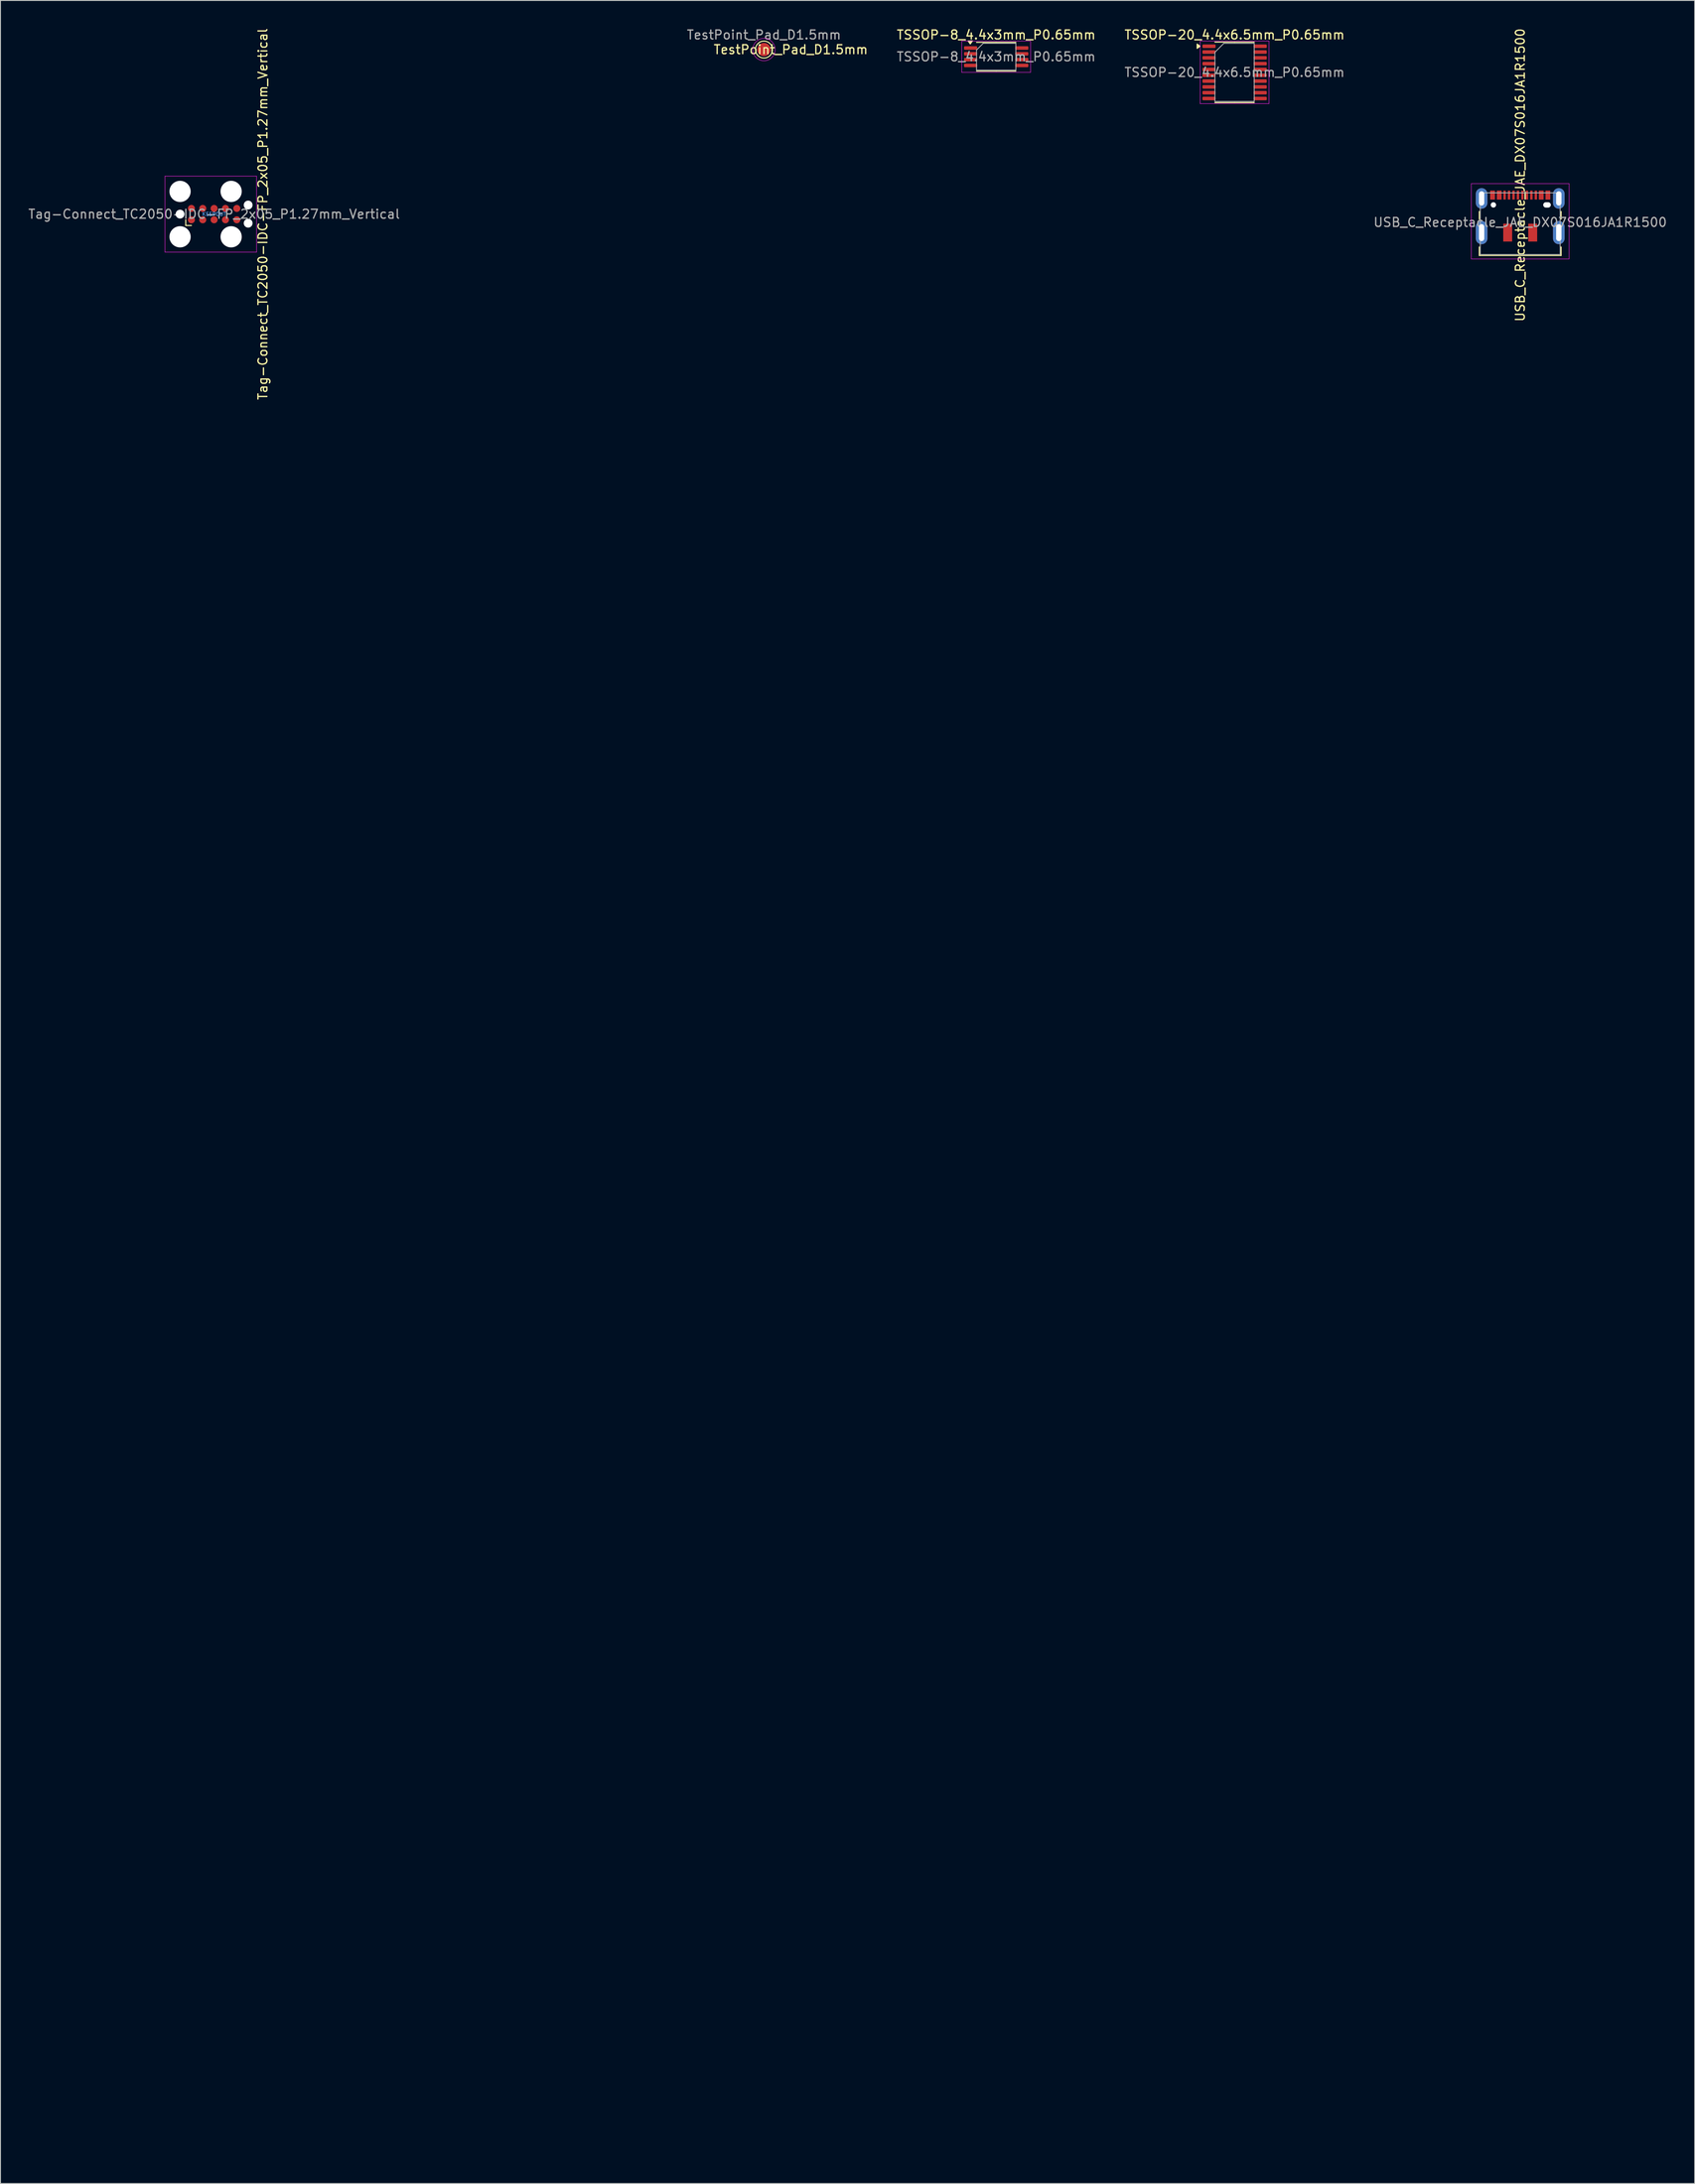
<source format=kicad_pcb>
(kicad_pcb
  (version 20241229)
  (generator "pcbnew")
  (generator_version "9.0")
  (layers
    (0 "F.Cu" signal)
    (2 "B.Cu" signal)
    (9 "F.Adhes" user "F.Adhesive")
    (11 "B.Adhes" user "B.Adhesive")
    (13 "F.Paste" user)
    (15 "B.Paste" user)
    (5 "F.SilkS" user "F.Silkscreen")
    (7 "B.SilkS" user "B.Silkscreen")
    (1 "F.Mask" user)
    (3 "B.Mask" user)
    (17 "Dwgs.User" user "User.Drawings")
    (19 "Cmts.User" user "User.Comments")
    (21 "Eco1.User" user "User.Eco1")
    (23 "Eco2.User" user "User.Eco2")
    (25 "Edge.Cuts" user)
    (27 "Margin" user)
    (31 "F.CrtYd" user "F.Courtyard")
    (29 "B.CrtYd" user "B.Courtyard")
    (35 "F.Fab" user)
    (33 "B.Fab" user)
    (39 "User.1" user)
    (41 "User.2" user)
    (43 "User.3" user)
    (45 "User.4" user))
  (footprint "TestPoint_Pad_D1.5mm"
    (layer "F.Cu")
    (at 82.445 2.498)
    (property "Reference" "TestPoint_Pad_D1.5mm" (at 3 0 0) (layer "F.SilkS") (effects (font (size 1 1) (thickness 0.15))))
    (attr exclude_from_pos_files exclude_from_bom)
    (fp_circle (center 0 0) (end 0 0.95) (stroke (width 0.12) (type solid)) (fill no) (layer "F.SilkS"))
    (fp_circle (center 0 0) (end 1.25 0) (stroke (width 0.05) (type solid)) (fill no) (layer "F.CrtYd"))
    (fp_text user "${REFERENCE}" (at 0 -1.65 0) (layer "F.Fab") (effects (font (size 1 1) (thickness 0.15))))
    (pad "1" smd circle (at 0 0) (size 1.5 1.5) (layers "F.Cu" "F.Mask")))
  (footprint "USB_C_Receptacle_JAE_DX07S016JA1R1500"
    (layer "F.Cu")
    (at 167.076 21.83)
    (property "Reference" "USB_C_Receptacle_JAE_DX07S016JA1R1500" (at 0 -5.3 90) (layer "F.SilkS") (effects (font (size 1 1) (thickness 0.15))))
    (attr smd)
    (fp_line (start -4.58 -1.215) (end -4.58 -0.36) (stroke (width 0.12) (type solid)) (layer "F.SilkS"))
    (fp_line (start -4.58 2.76) (end -4.58 3.71) (stroke (width 0.12) (type solid)) (layer "F.SilkS"))
    (fp_line (start -4.58 3.71) (end 4.58 3.71) (stroke (width 0.12) (type solid)) (layer "F.SilkS"))
    (fp_line (start 4.58 -1.215) (end 4.58 -0.36) (stroke (width 0.12) (type solid)) (layer "F.SilkS"))
    (fp_line (start 4.58 2.76) (end 4.58 3.71) (stroke (width 0.12) (type solid)) (layer "F.SilkS"))
    (fp_line (start -5.47 -4.33) (end -5.47 4.1) (stroke (width 0.05) (type solid)) (layer "F.CrtYd"))
    (fp_line (start -5.47 -4.33) (end 5.47 -4.33) (stroke (width 0.05) (type solid)) (layer "F.CrtYd"))
    (fp_line (start -5.47 4.1) (end 5.47 4.1) (stroke (width 0.05) (type solid)) (layer "F.CrtYd"))
    (fp_line (start 5.47 -4.33) (end 5.47 4.1) (stroke (width 0.05) (type solid)) (layer "F.CrtYd"))
    (fp_line (start -4.47 -3.3) (end -4.47 3.6) (stroke (width 0.1) (type solid)) (layer "F.Fab"))
    (fp_line (start -4.47 -3.3) (end 4.47 -3.3) (stroke (width 0.1) (type solid)) (layer "F.Fab"))
    (fp_line (start -4.47 3.6) (end 4.47 3.6) (stroke (width 0.1) (type solid)) (layer "F.Fab"))
    (fp_line (start 4.47 -3.3) (end 4.47 3.6) (stroke (width 0.1) (type solid)) (layer "F.Fab"))
    (fp_text user "${REFERENCE}" (at 0 0 180) (layer "F.Fab") (effects (font (size 1 1) (thickness 0.15))))
    (pad "" np_thru_hole circle (at -3 -1.95) (size 0.6 0.6) (drill 0.6) (layers "*.Cu" "*.Mask"))
    (pad "" smd rect (at -1.4 1.15) (size 1 2) (layers "F.Cu" "F.Mask" "F.Paste"))
    (pad "" smd rect (at 1.4 1.15) (size 1 2) (layers "F.Cu" "F.Mask" "F.Paste"))
    (pad "" np_thru_hole oval (at 3 -1.95) (size 0.85 0.6) (drill oval 0.85 0.6) (layers "*.Cu" "*.Mask"))
    (pad "A1" smd rect (at -3.1 -3.05) (size 0.52 1) (layers "F.Cu" "F.Mask" "F.Paste"))
    (pad "A4" smd rect (at -2.35 -3.05) (size 0.52 1) (layers "F.Cu" "F.Mask" "F.Paste"))
    (pad "A5" smd rect (at -1.75 -3.05) (size 0.27 1) (layers "F.Cu" "F.Mask" "F.Paste"))
    (pad "A6" smd rect (at -0.25 -3.05) (size 0.27 1) (layers "F.Cu" "F.Mask" "F.Paste"))
    (pad "A7" smd rect (at 0.75 -3.05) (size 0.27 1) (layers "F.Cu" "F.Mask" "F.Paste"))
    (pad "A8" smd rect (at 1.75 -3.05) (size 0.27 1) (layers "F.Cu" "F.Mask" "F.Paste"))
    (pad "A9" smd rect (at 2.35 -3.05) (size 0.52 1) (layers "F.Cu" "F.Mask" "F.Paste"))
    (pad "A12" smd rect (at 3.1 -3.05) (size 0.52 1) (layers "F.Cu" "F.Mask" "F.Paste"))
    (pad "B1" smd rect (at 3.1 -3.05) (size 0.52 1) (layers "F.Cu" "F.Mask" "F.Paste"))
    (pad "B4" smd rect (at 2.35 -3.05) (size 0.52 1) (layers "F.Cu" "F.Mask" "F.Paste"))
    (pad "B5" smd rect (at 1.25 -3.05) (size 0.27 1) (layers "F.Cu" "F.Mask" "F.Paste"))
    (pad "B6" smd rect (at 0.25 -3.05) (size 0.27 1) (layers "F.Cu" "F.Mask" "F.Paste"))
    (pad "B7" smd rect (at -0.75 -3.05) (size 0.27 1) (layers "F.Cu" "F.Mask" "F.Paste"))
    (pad "B8" smd rect (at -1.25 -3.05) (size 0.27 1) (layers "F.Cu" "F.Mask" "F.Paste"))
    (pad "B9" smd rect (at -2.35 -3.05) (size 0.52 1) (layers "F.Cu" "F.Mask" "F.Paste"))
    (pad "B12" smd rect (at -3.1 -3.05) (size 0.52 1) (layers "F.Cu" "F.Mask" "F.Paste"))
    (pad "S1" thru_hole oval (at -4.32 -2.675) (size 1.3 2.3) (drill oval 0.6 1.6) (layers "*.Cu" "*.Mask"))
    (pad "S1" thru_hole oval (at -4.32 1.15) (size 1.3 2.6) (drill oval 0.6 1.9) (layers "*.Cu" "*.Mask"))
    (pad "S1" thru_hole oval (at 4.32 -2.675) (size 1.3 2.3) (drill oval 0.6 1.6) (layers "*.Cu" "*.Mask"))
    (pad "S1" thru_hole oval (at 4.32 1.15) (size 1.3 2.6) (drill oval 0.6 1.9) (layers "*.Cu" "*.Mask")))
  (footprint "TSSOP-20_4.4x6.5mm_P0.65mm"
    (layer "F.Cu")
    (at 135.111 5.048)
    (property "Reference" "TSSOP-20_4.4x6.5mm_P0.65mm" (at 0 -4.2 0) (layer "F.SilkS") (effects (font (size 1 1) (thickness 0.15))))
    (attr smd)
    (fp_line (start 0 -3.385) (end -2.2 -3.385) (stroke (width 0.12) (type solid)) (layer "F.SilkS"))
    (fp_line (start 0 -3.385) (end 2.2 -3.385) (stroke (width 0.12) (type solid)) (layer "F.SilkS"))
    (fp_line (start 0 3.385) (end -2.2 3.385) (stroke (width 0.12) (type solid)) (layer "F.SilkS"))
    (fp_line (start 0 3.385) (end 2.2 3.385) (stroke (width 0.12) (type solid)) (layer "F.SilkS"))
    (fp_poly (pts (xy -3.86 -2.925) (xy -4.19 -3.165) (xy -4.19 -2.685) (xy -3.86 -2.925)) (stroke (width 0.12) (type solid)) (fill yes) (layer "F.SilkS"))
    (fp_line (start -3.85 -3.5) (end -3.85 3.5) (stroke (width 0.05) (type solid)) (layer "F.CrtYd"))
    (fp_line (start -3.85 3.5) (end 3.85 3.5) (stroke (width 0.05) (type solid)) (layer "F.CrtYd"))
    (fp_line (start 3.85 -3.5) (end -3.85 -3.5) (stroke (width 0.05) (type solid)) (layer "F.CrtYd"))
    (fp_line (start 3.85 3.5) (end 3.85 -3.5) (stroke (width 0.05) (type solid)) (layer "F.CrtYd"))
    (fp_line (start -2.2 -2.25) (end -1.2 -3.25) (stroke (width 0.1) (type solid)) (layer "F.Fab"))
    (fp_line (start -2.2 3.25) (end -2.2 -2.25) (stroke (width 0.1) (type solid)) (layer "F.Fab"))
    (fp_line (start -1.2 -3.25) (end 2.2 -3.25) (stroke (width 0.1) (type solid)) (layer "F.Fab"))
    (fp_line (start 2.2 -3.25) (end 2.2 3.25) (stroke (width 0.1) (type solid)) (layer "F.Fab"))
    (fp_line (start 2.2 3.25) (end -2.2 3.25) (stroke (width 0.1) (type solid)) (layer "F.Fab"))
    (fp_text user "${REFERENCE}" (at 0 0 0) (layer "F.Fab") (effects (font (size 1 1) (thickness 0.15))))
    (pad "1" smd roundrect (at -2.862 -2.925) (size 1.475 0.4) (layers "F.Cu" "F.Mask" "F.Paste") (roundrect_rratio 0.25))
    (pad "2" smd roundrect (at -2.862 -2.275) (size 1.475 0.4) (layers "F.Cu" "F.Mask" "F.Paste") (roundrect_rratio 0.25))
    (pad "3" smd roundrect (at -2.862 -1.625) (size 1.475 0.4) (layers "F.Cu" "F.Mask" "F.Paste") (roundrect_rratio 0.25))
    (pad "4" smd roundrect (at -2.862 -0.975) (size 1.475 0.4) (layers "F.Cu" "F.Mask" "F.Paste") (roundrect_rratio 0.25))
    (pad "5" smd roundrect (at -2.862 -0.325) (size 1.475 0.4) (layers "F.Cu" "F.Mask" "F.Paste") (roundrect_rratio 0.25))
    (pad "6" smd roundrect (at -2.862 0.325) (size 1.475 0.4) (layers "F.Cu" "F.Mask" "F.Paste") (roundrect_rratio 0.25))
    (pad "7" smd roundrect (at -2.862 0.975) (size 1.475 0.4) (layers "F.Cu" "F.Mask" "F.Paste") (roundrect_rratio 0.25))
    (pad "8" smd roundrect (at -2.862 1.625) (size 1.475 0.4) (layers "F.Cu" "F.Mask" "F.Paste") (roundrect_rratio 0.25))
    (pad "9" smd roundrect (at -2.862 2.275) (size 1.475 0.4) (layers "F.Cu" "F.Mask" "F.Paste") (roundrect_rratio 0.25))
    (pad "10" smd roundrect (at -2.862 2.925) (size 1.475 0.4) (layers "F.Cu" "F.Mask" "F.Paste") (roundrect_rratio 0.25))
    (pad "11" smd roundrect (at 2.862 2.925) (size 1.475 0.4) (layers "F.Cu" "F.Mask" "F.Paste") (roundrect_rratio 0.25))
    (pad "12" smd roundrect (at 2.862 2.275) (size 1.475 0.4) (layers "F.Cu" "F.Mask" "F.Paste") (roundrect_rratio 0.25))
    (pad "13" smd roundrect (at 2.862 1.625) (size 1.475 0.4) (layers "F.Cu" "F.Mask" "F.Paste") (roundrect_rratio 0.25))
    (pad "14" smd roundrect (at 2.862 0.975) (size 1.475 0.4) (layers "F.Cu" "F.Mask" "F.Paste") (roundrect_rratio 0.25))
    (pad "15" smd roundrect (at 2.862 0.325) (size 1.475 0.4) (layers "F.Cu" "F.Mask" "F.Paste") (roundrect_rratio 0.25))
    (pad "16" smd roundrect (at 2.862 -0.325) (size 1.475 0.4) (layers "F.Cu" "F.Mask" "F.Paste") (roundrect_rratio 0.25))
    (pad "17" smd roundrect (at 2.862 -0.975) (size 1.475 0.4) (layers "F.Cu" "F.Mask" "F.Paste") (roundrect_rratio 0.25))
    (pad "18" smd roundrect (at 2.862 -1.625) (size 1.475 0.4) (layers "F.Cu" "F.Mask" "F.Paste") (roundrect_rratio 0.25))
    (pad "19" smd roundrect (at 2.862 -2.275) (size 1.475 0.4) (layers "F.Cu" "F.Mask" "F.Paste") (roundrect_rratio 0.25))
    (pad "20" smd roundrect (at 2.862 -2.925) (size 1.475 0.4) (layers "F.Cu" "F.Mask" "F.Paste") (roundrect_rratio 0.25)))
  (footprint "TSSOP-8_4.4x3mm_P0.65mm"
    (layer "F.Cu")
    (at 108.433 3.298)
    (property "Reference" "TSSOP-8_4.4x3mm_P0.65mm" (at 0 -2.45 0) (layer "F.SilkS") (effects (font (size 1 1) (thickness 0.15))))
    (attr smd)
    (fp_line (start 0 -1.61) (end -2.2 -1.61) (stroke (width 0.12) (type solid)) (layer "F.SilkS"))
    (fp_line (start 0 -1.61) (end 2.2 -1.61) (stroke (width 0.12) (type solid)) (layer "F.SilkS"))
    (fp_line (start 0 1.61) (end -2.2 1.61) (stroke (width 0.12) (type solid)) (layer "F.SilkS"))
    (fp_line (start 0 1.61) (end 2.2 1.61) (stroke (width 0.12) (type solid)) (layer "F.SilkS"))
    (fp_poly (pts (xy -2.9 -1.435) (xy -3.14 -1.765) (xy -2.66 -1.765) (xy -2.9 -1.435)) (stroke (width 0.12) (type solid)) (fill yes) (layer "F.SilkS"))
    (fp_line (start -3.85 -1.75) (end -3.85 1.75) (stroke (width 0.05) (type solid)) (layer "F.CrtYd"))
    (fp_line (start -3.85 1.75) (end 3.85 1.75) (stroke (width 0.05) (type solid)) (layer "F.CrtYd"))
    (fp_line (start 3.85 -1.75) (end -3.85 -1.75) (stroke (width 0.05) (type solid)) (layer "F.CrtYd"))
    (fp_line (start 3.85 1.75) (end 3.85 -1.75) (stroke (width 0.05) (type solid)) (layer "F.CrtYd"))
    (fp_line (start -2.2 -0.75) (end -1.45 -1.5) (stroke (width 0.1) (type solid)) (layer "F.Fab"))
    (fp_line (start -2.2 1.5) (end -2.2 -0.75) (stroke (width 0.1) (type solid)) (layer "F.Fab"))
    (fp_line (start -1.45 -1.5) (end 2.2 -1.5) (stroke (width 0.1) (type solid)) (layer "F.Fab"))
    (fp_line (start 2.2 -1.5) (end 2.2 1.5) (stroke (width 0.1) (type solid)) (layer "F.Fab"))
    (fp_line (start 2.2 1.5) (end -2.2 1.5) (stroke (width 0.1) (type solid)) (layer "F.Fab"))
    (fp_text user "${REFERENCE}" (at 0 0 0) (layer "F.Fab") (effects (font (size 1 1) (thickness 0.15))))
    (pad "1" smd roundrect (at -2.862 -0.975) (size 1.475 0.4) (layers "F.Cu" "F.Mask" "F.Paste") (roundrect_rratio 0.25))
    (pad "2" smd roundrect (at -2.862 -0.325) (size 1.475 0.4) (layers "F.Cu" "F.Mask" "F.Paste") (roundrect_rratio 0.25))
    (pad "3" smd roundrect (at -2.862 0.325) (size 1.475 0.4) (layers "F.Cu" "F.Mask" "F.Paste") (roundrect_rratio 0.25))
    (pad "4" smd roundrect (at -2.862 0.975) (size 1.475 0.4) (layers "F.Cu" "F.Mask" "F.Paste") (roundrect_rratio 0.25))
    (pad "5" smd roundrect (at 2.862 0.975) (size 1.475 0.4) (layers "F.Cu" "F.Mask" "F.Paste") (roundrect_rratio 0.25))
    (pad "6" smd roundrect (at 2.862 0.325) (size 1.475 0.4) (layers "F.Cu" "F.Mask" "F.Paste") (roundrect_rratio 0.25))
    (pad "7" smd roundrect (at 2.862 -0.325) (size 1.475 0.4) (layers "F.Cu" "F.Mask" "F.Paste") (roundrect_rratio 0.25))
    (pad "8" smd roundrect (at 2.862 -0.975) (size 1.475 0.4) (layers "F.Cu" "F.Mask" "F.Paste") (roundrect_rratio 0.25)))
  (footprint "Tag-Connect_TC2050-IDC-FP_2x05_P1.27mm_Vertical"
    (layer "F.Cu")
    (at 20.911 20.911)
    (property "Reference" "Tag-Connect_TC2050-IDC-FP_2x05_P1.27mm_Vertical" (at 5.45 0 270) (layer "F.SilkS") (effects (font (size 1 1) (thickness 0.15))))
    (attr exclude_from_pos_files exclude_from_bom)
    (fp_line (start -3.175 1.27) (end -3.175 0.635) (stroke (width 0.12) (type solid)) (layer "F.SilkS"))
    (fp_line (start -2.54 1.27) (end -3.175 1.27) (stroke (width 0.12) (type solid)) (layer "F.SilkS"))
    (fp_line (start -5.5 -4.25) (end 4.75 -4.25) (stroke (width 0.05) (type solid)) (layer "F.CrtYd"))
    (fp_line (start -5.5 4.25) (end -5.5 -4.25) (stroke (width 0.05) (type solid)) (layer "F.CrtYd"))
    (fp_line (start 4.75 -4.25) (end 4.75 4.25) (stroke (width 0.05) (type solid)) (layer "F.CrtYd"))
    (fp_line (start 4.75 4.25) (end -5.5 4.25) (stroke (width 0.05) (type solid)) (layer "F.CrtYd"))
    (fp_text user "KEEPOUT" (at 0 0 0) (layer "Cmts.User") (effects (font (size 0.4 0.4) (thickness 0.07))))
    (fp_text user "${REFERENCE}" (at 0 0 0) (layer "F.Fab") (effects (font (size 1 1) (thickness 0.15))))
    (pad "" np_thru_hole circle (at -3.81 -2.54) (size 2.375 2.375) (drill 2.375) (layers "*.Cu" "*.Mask"))
    (pad "" np_thru_hole circle (at -3.81 0) (size 0.991 0.991) (drill 0.991) (layers "*.Cu" "*.Mask"))
    (pad "" np_thru_hole circle (at -3.81 2.54) (size 2.375 2.375) (drill 2.375) (layers "*.Cu" "*.Mask"))
    (pad "" np_thru_hole circle (at 1.905 -2.54) (size 2.375 2.375) (drill 2.375) (layers "*.Cu" "*.Mask"))
    (pad "" np_thru_hole circle (at 1.905 2.54) (size 2.375 2.375) (drill 2.375) (layers "*.Cu" "*.Mask"))
    (pad "" np_thru_hole circle (at 3.81 -1.016) (size 0.991 0.991) (drill 0.991) (layers "*.Cu" "*.Mask"))
    (pad "" np_thru_hole circle (at 3.81 1.016) (size 0.991 0.991) (drill 0.991) (layers "*.Cu" "*.Mask"))
    (pad "1" connect circle (at -2.54 0.635) (size 0.787 0.787) (layers "F.Cu" "F.Mask"))
    (pad "2" connect circle (at -1.27 0.635) (size 0.787 0.787) (layers "F.Cu" "F.Mask"))
    (pad "3" connect circle (at 0 0.635) (size 0.787 0.787) (layers "F.Cu" "F.Mask"))
    (pad "4" connect circle (at 1.27 0.635) (size 0.787 0.787) (layers "F.Cu" "F.Mask"))
    (pad "5" connect circle (at 2.54 0.635) (size 0.787 0.787) (layers "F.Cu" "F.Mask"))
    (pad "6" connect circle (at 2.54 -0.635) (size 0.787 0.787) (layers "F.Cu" "F.Mask"))
    (pad "7" connect circle (at 1.27 -0.635) (size 0.787 0.787) (layers "F.Cu" "F.Mask"))
    (pad "8" connect circle (at 0 -0.635) (size 0.787 0.787) (layers "F.Cu" "F.Mask"))
    (pad "9" connect circle (at -1.27 -0.635) (size 0.787 0.787) (layers "F.Cu" "F.Mask"))
    (pad "10" connect circle (at -2.54 -0.635) (size 0.787 0.787) (layers "F.Cu" "F.Mask"))
    (zone (net_name "") (layer "F.Cu") (hatch full 0.508) (connect_pads) (min_thickness 0.254) (filled_areas_thickness no) (keepout (tracks allowed) (vias not_allowed) (pads allowed) (copperpour not_allowed) (footprints not_allowed)) (placement (enabled no)) (fill) (polygon (pts (xy 65.621 238.296) (xy 70.701 238.296) (xy 70.701 237.026) (xy 65.621 237.026)))))
  (gr_rect
    (start -3 -3)
    (end 186.605 241.296)
    (stroke (width 0.1) (type default))
    (fill no)
    (layer "Edge.Cuts")))
</source>
